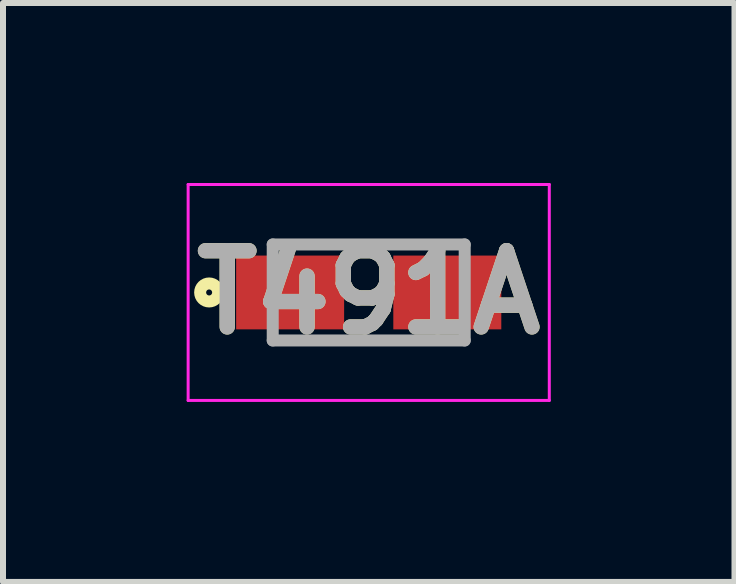
<source format=kicad_pcb>
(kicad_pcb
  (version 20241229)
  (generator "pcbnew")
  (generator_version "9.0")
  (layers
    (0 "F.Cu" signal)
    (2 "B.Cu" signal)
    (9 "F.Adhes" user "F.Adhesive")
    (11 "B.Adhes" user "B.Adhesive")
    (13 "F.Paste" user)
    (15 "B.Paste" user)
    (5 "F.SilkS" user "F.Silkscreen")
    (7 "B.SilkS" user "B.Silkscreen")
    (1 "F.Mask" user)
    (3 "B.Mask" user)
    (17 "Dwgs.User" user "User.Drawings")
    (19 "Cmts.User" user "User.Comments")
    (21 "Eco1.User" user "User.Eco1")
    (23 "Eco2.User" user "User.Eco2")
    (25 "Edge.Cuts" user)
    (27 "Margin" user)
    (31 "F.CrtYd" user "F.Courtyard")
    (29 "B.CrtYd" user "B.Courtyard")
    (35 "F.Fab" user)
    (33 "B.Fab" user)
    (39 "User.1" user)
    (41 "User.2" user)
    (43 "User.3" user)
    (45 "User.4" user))
  (footprint "T491A"
    (layer "F.Cu")
    (at 3.096 1.825)
    (property "Reference" "T491A" (at 0 0 0) (layer "F.SilkS") (effects (font (size 1.27 1.27) (thickness 0.254))))
    (attr smd)
    (fp_circle (center -2.66 0) (end -2.66 0.05) (stroke (width 0.2) (type solid)) (fill no) (layer "F.SilkS"))
    (fp_line (start -3.01 -1.8) (end 3.01 -1.8) (stroke (width 0.05) (type solid)) (layer "F.CrtYd"))
    (fp_line (start -3.01 1.8) (end -3.01 -1.8) (stroke (width 0.05) (type solid)) (layer "F.CrtYd"))
    (fp_line (start 3.01 -1.8) (end 3.01 1.8) (stroke (width 0.05) (type solid)) (layer "F.CrtYd"))
    (fp_line (start 3.01 1.8) (end -3.01 1.8) (stroke (width 0.05) (type solid)) (layer "F.CrtYd"))
    (fp_line (start -1.6 -0.8) (end 1.6 -0.8) (stroke (width 0.2) (type solid)) (layer "F.Fab"))
    (fp_line (start -1.6 0.8) (end -1.6 -0.8) (stroke (width 0.2) (type solid)) (layer "F.Fab"))
    (fp_line (start 1.6 -0.8) (end 1.6 0.8) (stroke (width 0.2) (type solid)) (layer "F.Fab"))
    (fp_line (start 1.6 0.8) (end -1.6 0.8) (stroke (width 0.2) (type solid)) (layer "F.Fab"))
    (fp_text user "${REFERENCE}" (at 0 0 0) (layer "F.Fab") (effects (font (size 1.27 1.27) (thickness 0.254))))
    (pad "1" smd rect (at -1.31 0 90) (size 1.23 1.8) (layers "F.Cu" "F.Mask" "F.Paste"))
    (pad "2" smd rect (at 1.31 0 90) (size 1.23 1.8) (layers "F.Cu" "F.Mask" "F.Paste")))
  (gr_rect
    (start -3 -3)
    (end 9.193 6.65)
    (stroke (width 0.1) (type default))
    (fill no)
    (layer "Edge.Cuts")))
</source>
